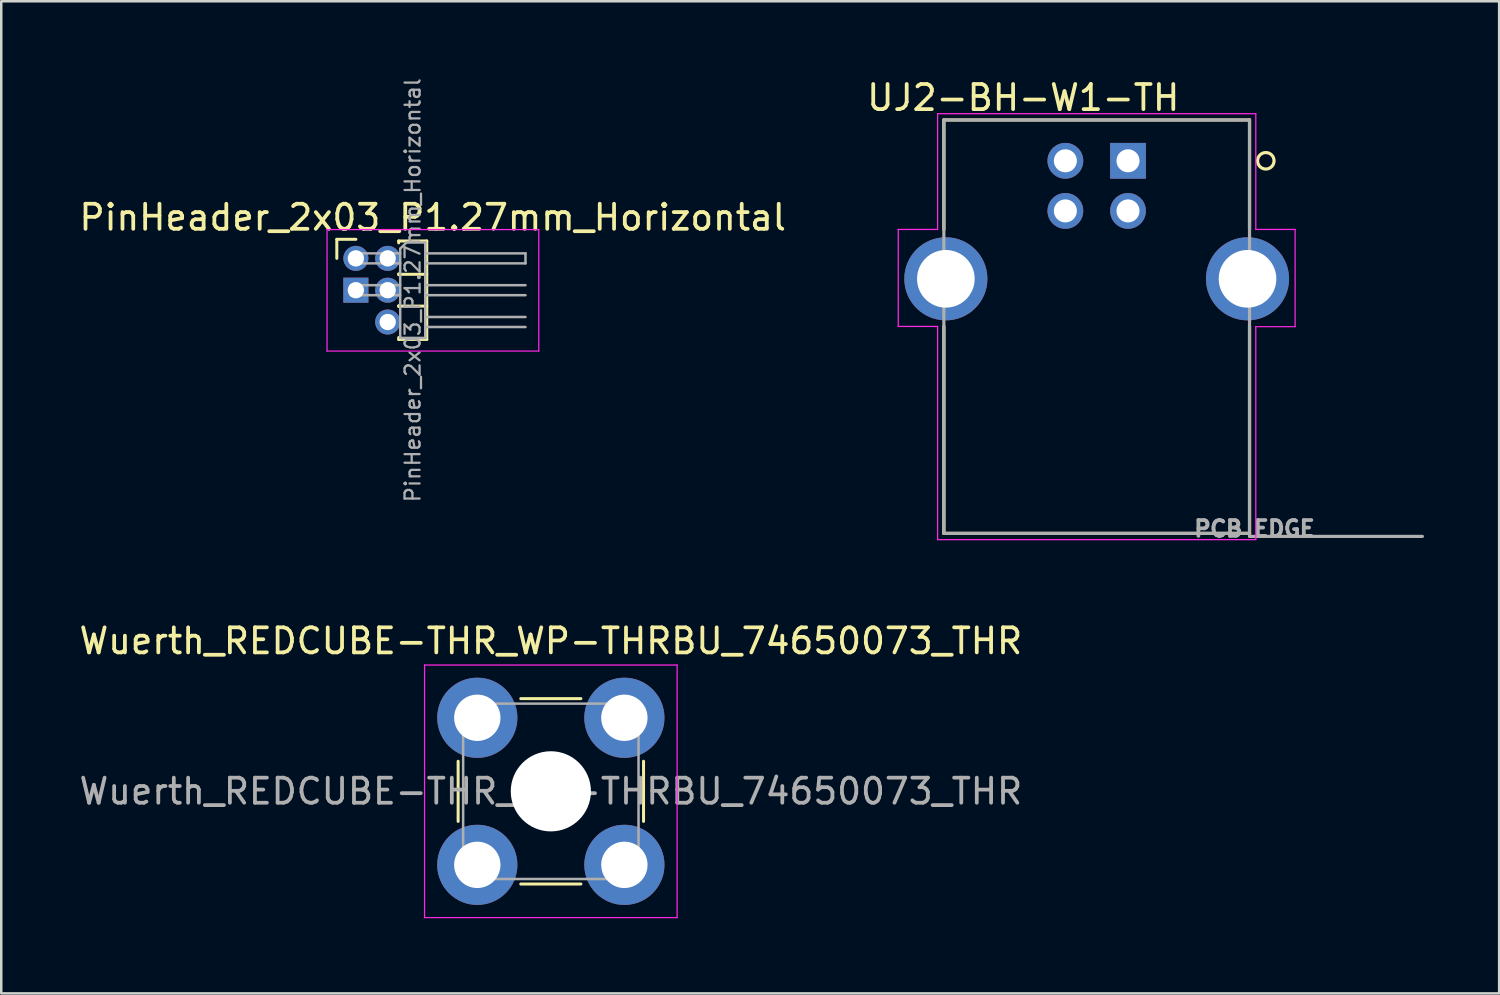
<source format=kicad_pcb>
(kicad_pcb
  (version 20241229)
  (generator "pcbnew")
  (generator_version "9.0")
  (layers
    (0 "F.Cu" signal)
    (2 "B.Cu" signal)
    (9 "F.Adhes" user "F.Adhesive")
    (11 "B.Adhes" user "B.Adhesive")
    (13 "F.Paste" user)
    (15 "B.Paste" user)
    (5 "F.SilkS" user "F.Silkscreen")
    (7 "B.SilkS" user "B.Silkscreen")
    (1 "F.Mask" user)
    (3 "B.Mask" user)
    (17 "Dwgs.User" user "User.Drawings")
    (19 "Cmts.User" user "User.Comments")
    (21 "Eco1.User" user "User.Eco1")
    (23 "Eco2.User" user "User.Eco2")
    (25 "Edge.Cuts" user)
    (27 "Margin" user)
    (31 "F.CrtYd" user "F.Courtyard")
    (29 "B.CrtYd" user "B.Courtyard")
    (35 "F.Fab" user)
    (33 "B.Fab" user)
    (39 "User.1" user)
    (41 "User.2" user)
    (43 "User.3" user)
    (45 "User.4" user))
  (footprint "PinHeader_2x03_P1.27mm_Horizontal"
    (layer "F.Cu")
    (at 11.153 7.262)
    (property "Reference" "PinHeader_2x03_P1.27mm_Horizontal" (at 3.067 -1.635 0) (layer "F.SilkS") (effects (font (size 1 1) (thickness 0.15))))
    (attr through_hole)
    (fp_line (start -0.76 -0.76) (end 0 -0.76) (stroke (width 0.12) (type solid)) (layer "F.SilkS"))
    (fp_line (start -0.76 0) (end -0.76 -0.76) (stroke (width 0.12) (type solid)) (layer "F.SilkS"))
    (fp_line (start 1.71 -0.695) (end 2.83 -0.695) (stroke (width 0.12) (type solid)) (layer "F.SilkS"))
    (fp_line (start 1.71 -0.62) (end 1.71 -0.695) (stroke (width 0.12) (type solid)) (layer "F.SilkS"))
    (fp_line (start 1.71 0.62) (end 1.71 0.65) (stroke (width 0.12) (type solid)) (layer "F.SilkS"))
    (fp_line (start 1.71 0.635) (end 2.83 0.635) (stroke (width 0.12) (type solid)) (layer "F.SilkS"))
    (fp_line (start 1.71 1.89) (end 1.71 1.92) (stroke (width 0.12) (type solid)) (layer "F.SilkS"))
    (fp_line (start 1.71 1.905) (end 2.83 1.905) (stroke (width 0.12) (type solid)) (layer "F.SilkS"))
    (fp_line (start 1.71 3.235) (end 1.71 3.16) (stroke (width 0.12) (type solid)) (layer "F.SilkS"))
    (fp_line (start 2.83 -0.695) (end 2.83 3.235) (stroke (width 0.12) (type solid)) (layer "F.SilkS"))
    (fp_line (start 2.83 3.235) (end 1.71 3.235) (stroke (width 0.12) (type solid)) (layer "F.SilkS"))
    (fp_line (start -1.15 -1.15) (end -1.15 3.7) (stroke (width 0.05) (type solid)) (layer "F.CrtYd"))
    (fp_line (start -1.15 3.7) (end 7.3 3.7) (stroke (width 0.05) (type solid)) (layer "F.CrtYd"))
    (fp_line (start 7.3 -1.15) (end -1.15 -1.15) (stroke (width 0.05) (type solid)) (layer "F.CrtYd"))
    (fp_line (start 7.3 3.7) (end 7.3 -1.15) (stroke (width 0.05) (type solid)) (layer "F.CrtYd"))
    (fp_line (start -0.2 -0.2) (end -0.2 0.2) (stroke (width 0.1) (type solid)) (layer "F.Fab"))
    (fp_line (start -0.2 -0.2) (end 1.77 -0.2) (stroke (width 0.1) (type solid)) (layer "F.Fab"))
    (fp_line (start -0.2 0.2) (end 1.77 0.2) (stroke (width 0.1) (type solid)) (layer "F.Fab"))
    (fp_line (start -0.2 1.07) (end -0.2 1.47) (stroke (width 0.1) (type solid)) (layer "F.Fab"))
    (fp_line (start -0.2 1.07) (end 1.77 1.07) (stroke (width 0.1) (type solid)) (layer "F.Fab"))
    (fp_line (start -0.2 1.47) (end 1.77 1.47) (stroke (width 0.1) (type solid)) (layer "F.Fab"))
    (fp_line (start 1.77 -0.385) (end 2.02 -0.635) (stroke (width 0.1) (type solid)) (layer "F.Fab"))
    (fp_line (start 1.77 3.175) (end 1.77 -0.385) (stroke (width 0.1) (type solid)) (layer "F.Fab"))
    (fp_line (start 2.02 -0.635) (end 2.77 -0.635) (stroke (width 0.1) (type solid)) (layer "F.Fab"))
    (fp_line (start 2.77 -0.635) (end 2.77 3.175) (stroke (width 0.1) (type solid)) (layer "F.Fab"))
    (fp_line (start 2.77 -0.2) (end 6.77 -0.2) (stroke (width 0.1) (type solid)) (layer "F.Fab"))
    (fp_line (start 2.77 0.2) (end 6.77 0.2) (stroke (width 0.1) (type solid)) (layer "F.Fab"))
    (fp_line (start 2.77 1.07) (end 6.77 1.07) (stroke (width 0.1) (type solid)) (layer "F.Fab"))
    (fp_line (start 2.77 1.47) (end 6.77 1.47) (stroke (width 0.1) (type solid)) (layer "F.Fab"))
    (fp_line (start 2.77 2.34) (end 6.77 2.34) (stroke (width 0.1) (type solid)) (layer "F.Fab"))
    (fp_line (start 2.77 2.74) (end 6.77 2.74) (stroke (width 0.1) (type solid)) (layer "F.Fab"))
    (fp_line (start 2.77 3.175) (end 1.77 3.175) (stroke (width 0.1) (type solid)) (layer "F.Fab"))
    (fp_line (start 6.77 -0.2) (end 6.77 0.2) (stroke (width 0.1) (type solid)) (layer "F.Fab"))
    (fp_text user "${REFERENCE}" (at 2.27 1.27 90) (layer "F.Fab") (effects (font (size 0.6 0.6) (thickness 0.09))))
    (pad "1" thru_hole rect (at 0 1.27) (size 1 1) (drill 0.65) (layers "*.Cu" "*.Mask"))
    (pad "2" thru_hole oval (at 1.27 1.27) (size 1 1) (drill 0.65) (layers "*.Cu" "*.Mask"))
    (pad "3" thru_hole circle (at 0 0) (size 1 1) (drill 0.65) (layers "*.Cu" "*.Mask"))
    (pad "4" thru_hole oval (at 1.27 0) (size 1 1) (drill 0.65) (layers "*.Cu" "*.Mask"))
    (pad "5" thru_hole oval (at 1.27 2.54) (size 1 1) (drill 0.65) (layers "*.Cu" "*.Mask")))
  (footprint "UJ2-BH-W1-TH"
    (layer "F.Cu")
    (at 41.971 3.368)
    (property "Reference" "UJ2-BH-W1-TH" (at -4.181 -2.519 0) (layer "F.SilkS") (effects (font (size 1.002 1.002) (thickness 0.15))))
    (attr through_hole)
    (fp_line (start -7.35 -1.63) (end 4.85 -1.63) (stroke (width 0.127) (type solid)) (layer "F.SilkS"))
    (fp_line (start -7.35 2.74) (end -7.35 -1.63) (stroke (width 0.127) (type solid)) (layer "F.SilkS"))
    (fp_line (start -7.35 6.61) (end -7.35 14.87) (stroke (width 0.127) (type solid)) (layer "F.SilkS"))
    (fp_line (start -7.35 14.87) (end 4.85 14.87) (stroke (width 0.127) (type solid)) (layer "F.SilkS"))
    (fp_line (start 4.85 -1.63) (end 4.85 2.74) (stroke (width 0.127) (type solid)) (layer "F.SilkS"))
    (fp_line (start 4.85 14.87) (end 4.85 6.61) (stroke (width 0.127) (type solid)) (layer "F.SilkS"))
    (fp_circle (center 5.5 0) (end 5.829 0) (stroke (width 0.127) (type solid)) (fill no) (layer "F.SilkS"))
    (fp_line (start -9.17 2.74) (end -7.6 2.74) (stroke (width 0.05) (type solid)) (layer "F.CrtYd"))
    (fp_line (start -9.17 6.61) (end -9.17 2.74) (stroke (width 0.05) (type solid)) (layer "F.CrtYd"))
    (fp_line (start -7.6 -1.88) (end 5.1 -1.88) (stroke (width 0.05) (type solid)) (layer "F.CrtYd"))
    (fp_line (start -7.6 2.74) (end -7.6 -1.88) (stroke (width 0.05) (type solid)) (layer "F.CrtYd"))
    (fp_line (start -7.6 6.61) (end -9.17 6.61) (stroke (width 0.05) (type solid)) (layer "F.CrtYd"))
    (fp_line (start -7.6 15.12) (end -7.6 6.61) (stroke (width 0.05) (type solid)) (layer "F.CrtYd"))
    (fp_line (start 5.1 -1.88) (end 5.1 2.74) (stroke (width 0.05) (type solid)) (layer "F.CrtYd"))
    (fp_line (start 5.1 2.74) (end 6.67 2.74) (stroke (width 0.05) (type solid)) (layer "F.CrtYd"))
    (fp_line (start 5.1 6.62) (end 5.1 15.12) (stroke (width 0.05) (type solid)) (layer "F.CrtYd"))
    (fp_line (start 5.1 15.12) (end -7.6 15.12) (stroke (width 0.05) (type solid)) (layer "F.CrtYd"))
    (fp_line (start 6.67 2.74) (end 6.67 6.62) (stroke (width 0.05) (type solid)) (layer "F.CrtYd"))
    (fp_line (start 6.67 6.62) (end 5.1 6.62) (stroke (width 0.05) (type solid)) (layer "F.CrtYd"))
    (fp_line (start -7.35 -1.63) (end 4.85 -1.63) (stroke (width 0.127) (type solid)) (layer "F.Fab"))
    (fp_line (start -7.35 14.87) (end -7.35 -1.63) (stroke (width 0.127) (type solid)) (layer "F.Fab"))
    (fp_line (start 4.85 -1.63) (end 4.85 14.87) (stroke (width 0.127) (type solid)) (layer "F.Fab"))
    (fp_line (start 4.85 14.87) (end -7.35 14.87) (stroke (width 0.127) (type solid)) (layer "F.Fab"))
    (fp_line (start 4.85 14.87) (end 4.85 14.99) (stroke (width 0.127) (type solid)) (layer "F.Fab"))
    (fp_line (start 4.85 14.99) (end 11.75 14.99) (stroke (width 0.127) (type solid)) (layer "F.Fab"))
    (fp_circle (center 0 0) (end 0.2 0) (stroke (width 0.4) (type solid)) (fill no) (layer "F.Fab"))
    (fp_text user "PCB EDGE" (at 5.048 14.685 0) (layer "F.Fab") (effects (font (size 0.631 0.631) (thickness 0.15))))
    (pad "1" thru_hole rect (at 0 0) (size 1.428 1.428) (drill 0.92) (layers "*.Cu" "*.Mask"))
    (pad "2" thru_hole circle (at -2.5 0) (size 1.428 1.428) (drill 0.92) (layers "*.Cu" "*.Mask"))
    (pad "3" thru_hole circle (at -2.5 2) (size 1.428 1.428) (drill 0.92) (layers "*.Cu" "*.Mask"))
    (pad "4" thru_hole circle (at 0 2) (size 1.428 1.428) (drill 0.92) (layers "*.Cu" "*.Mask"))
    (pad "SH1" thru_hole circle (at -7.27 4.71) (size 3.316 3.316) (drill 2.3) (layers "*.Cu" "*.Mask"))
    (pad "SH2" thru_hole circle (at 4.77 4.71) (size 3.316 3.316) (drill 2.3) (layers "*.Cu" "*.Mask")))
  (footprint "Wuerth_REDCUBE-THR_WP-THRBU_74650073_THR"
    (layer "F.Cu")
    (at 18.935 28.533)
    (property "Reference" "Wuerth_REDCUBE-THR_WP-THRBU_74650073_THR" (at 0 -6 0) (layer "F.SilkS") (effects (font (size 1 1) (thickness 0.15))))
    (attr smd)
    (fp_line (start -3.7 1.2) (end -3.7 -1.2) (stroke (width 0.12) (type solid)) (layer "F.SilkS"))
    (fp_line (start -1.2 -3.7) (end 1.2 -3.7) (stroke (width 0.12) (type solid)) (layer "F.SilkS"))
    (fp_line (start 1.2 3.7) (end -1.2 3.7) (stroke (width 0.12) (type solid)) (layer "F.SilkS"))
    (fp_line (start 3.7 -1.2) (end 3.7 1.2) (stroke (width 0.12) (type solid)) (layer "F.SilkS"))
    (fp_line (start -5.04 -5.04) (end 5.04 -5.04) (stroke (width 0.05) (type solid)) (layer "F.CrtYd"))
    (fp_line (start -5.04 5.04) (end -5.04 -5.04) (stroke (width 0.05) (type solid)) (layer "F.CrtYd"))
    (fp_line (start 5.04 -5.04) (end 5.04 5.04) (stroke (width 0.05) (type solid)) (layer "F.CrtYd"))
    (fp_line (start 5.04 5.04) (end -5.04 5.04) (stroke (width 0.05) (type solid)) (layer "F.CrtYd"))
    (fp_line (start -3.5 -3.5) (end 3.5 -3.5) (stroke (width 0.1) (type solid)) (layer "F.Fab"))
    (fp_line (start -3.5 3.5) (end -3.5 -3.5) (stroke (width 0.1) (type solid)) (layer "F.Fab"))
    (fp_line (start 3.5 -3.5) (end 3.5 3.5) (stroke (width 0.1) (type solid)) (layer "F.Fab"))
    (fp_line (start 3.5 3.5) (end -3.5 3.5) (stroke (width 0.1) (type solid)) (layer "F.Fab"))
    (fp_text user "${REFERENCE}" (at 0 0 0) (layer "F.Fab") (effects (font (size 1 1) (thickness 0.15))))
    (pad "" np_thru_hole circle (at 0 0) (size 3.2 3.2) (drill 3.2) (layers "*.Cu" "*.Mask"))
    (pad "1" thru_hole circle (at -2.935 -2.935) (size 3.2 3.2) (drill 1.85) (layers "*.Cu" "*.Mask"))
    (pad "1" thru_hole circle (at -2.935 2.935) (size 3.2 3.2) (drill 1.85) (layers "*.Cu" "*.Mask"))
    (pad "1" thru_hole circle (at 2.935 -2.935) (size 3.2 3.2) (drill 1.85) (layers "*.Cu" "*.Mask"))
    (pad "1" thru_hole circle (at 2.935 2.935) (size 3.2 3.2) (drill 1.85) (layers "*.Cu" "*.Mask")))
  (gr_rect
    (start -3 -3)
    (end 56.784 36.598)
    (stroke (width 0.1) (type default))
    (fill no)
    (layer "Edge.Cuts")))
</source>
